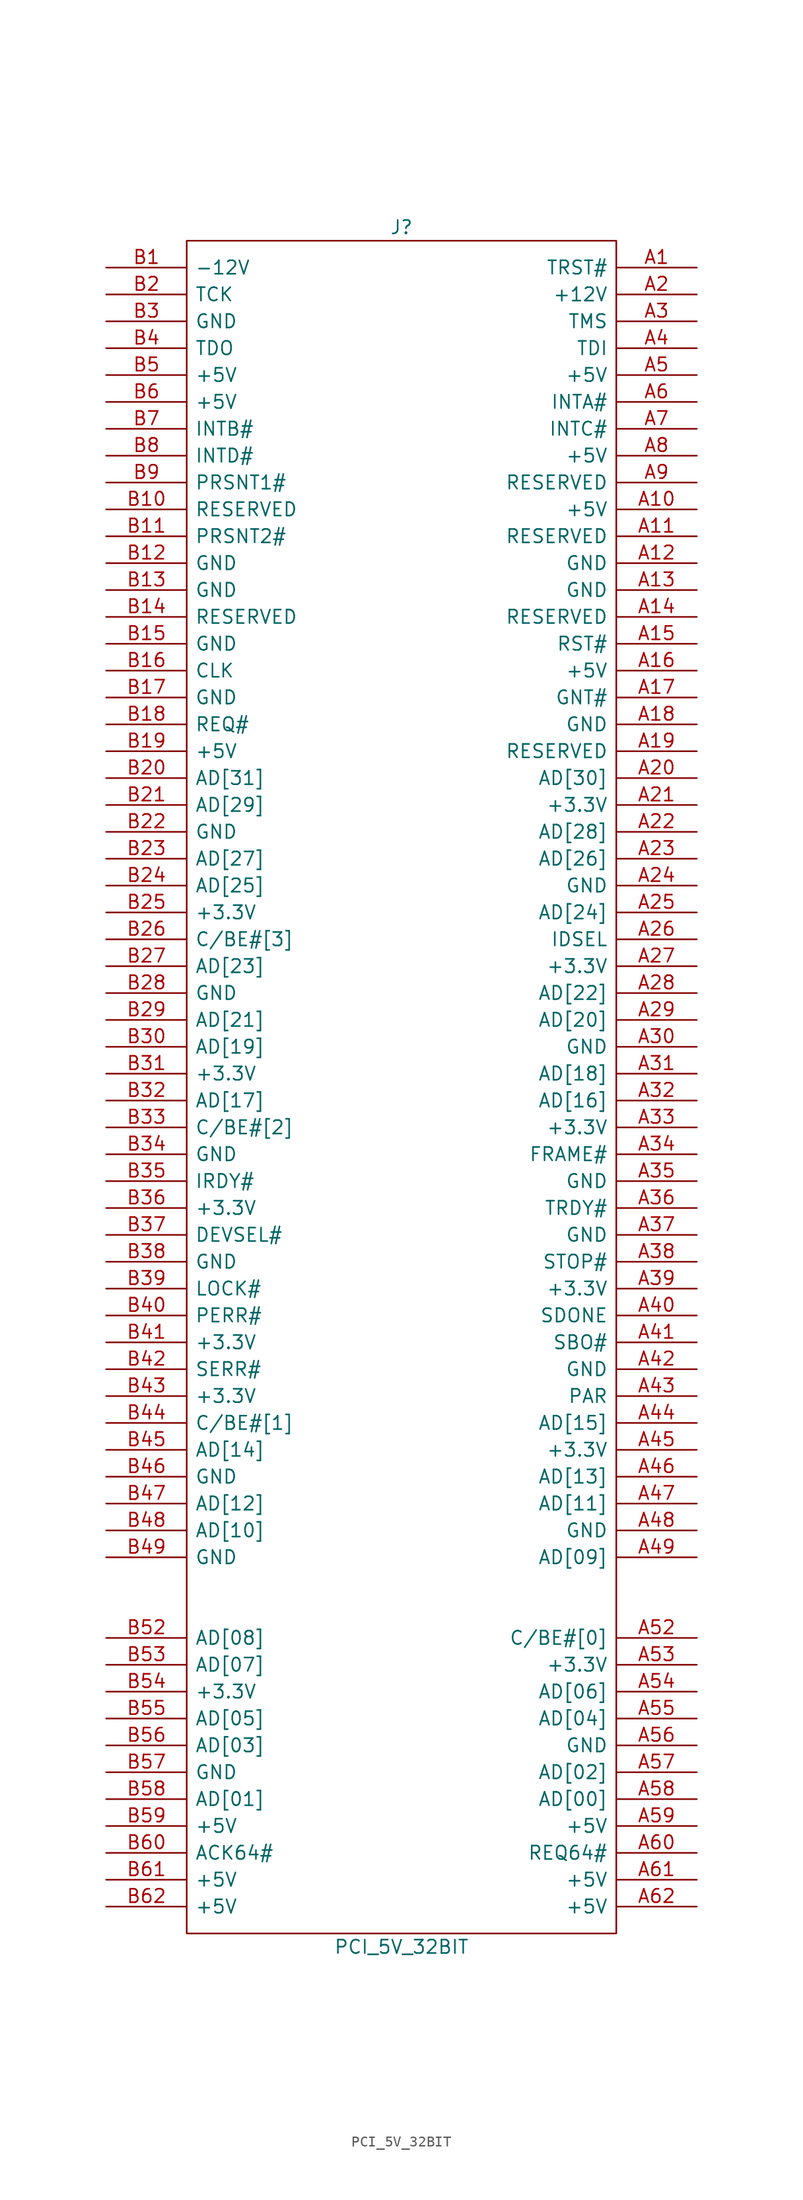
<source format=kicad_sym>
(kicad_symbol_lib
  (version 20211014)
  (generator kicad_symbol_editor)
  (symbol "PCI_5V_32BIT"
    (pin_names
      (offset 0.762))
    (property "Reference" "J"
      (at 0 81.28 0)
      (effects (font (size 1.27 1.27))))
    (property "Value" "PCI_5V_32BIT"
      (at 0 -81.28 0)
      (effects (font (size 1.27 1.27))))
    (property "Footprint" ""
      (at 0 0 0)
      (effects (font (size 1.27 1.27))))
    (property "Datasheet" ""
      (at 0 0 0)
      (effects (font (size 1.27 1.27))))
    (symbol "PCI_5V_32BIT_0_1"
      (rectangle (start -20.32 -80.01) (end 20.32 80.01) (stroke (width 0) (type default) (color 0 0 0 0)) (fill (type none))))
    (symbol "PCI_5V_32BIT_1_1"
      (pin output line (at 27.94 77.47 180) (length 7.62) (name "TRST#" (effects (font (size 1.27 1.27)))) (number "A1" (effects (font (size 1.27 1.27)))))
      (pin power_in line (at 27.94 54.61 180) (length 7.62) (name "+5V" (effects (font (size 1.27 1.27)))) (number "A10" (effects (font (size 1.27 1.27)))))
      (pin passive line (at 27.94 52.07 180) (length 7.62) (name "RESERVED" (effects (font (size 1.27 1.27)))) (number "A11" (effects (font (size 1.27 1.27)))))
      (pin power_in line (at 27.94 49.53 180) (length 7.62) (name "GND" (effects (font (size 1.27 1.27)))) (number "A12" (effects (font (size 1.27 1.27)))))
      (pin power_in line (at 27.94 46.99 180) (length 7.62) (name "GND" (effects (font (size 1.27 1.27)))) (number "A13" (effects (font (size 1.27 1.27)))))
      (pin passive line (at 27.94 44.45 180) (length 7.62) (name "RESERVED" (effects (font (size 1.27 1.27)))) (number "A14" (effects (font (size 1.27 1.27)))))
      (pin output line (at 27.94 41.91 180) (length 7.62) (name "RST#" (effects (font (size 1.27 1.27)))) (number "A15" (effects (font (size 1.27 1.27)))))
      (pin power_in line (at 27.94 39.37 180) (length 7.62) (name "+5V" (effects (font (size 1.27 1.27)))) (number "A16" (effects (font (size 1.27 1.27)))))
      (pin bidirectional line (at 27.94 36.83 180) (length 7.62) (name "GNT#" (effects (font (size 1.27 1.27)))) (number "A17" (effects (font (size 1.27 1.27)))))
      (pin power_in line (at 27.94 34.29 180) (length 7.62) (name "GND" (effects (font (size 1.27 1.27)))) (number "A18" (effects (font (size 1.27 1.27)))))
      (pin passive line (at 27.94 31.75 180) (length 7.62) (name "RESERVED" (effects (font (size 1.27 1.27)))) (number "A19" (effects (font (size 1.27 1.27)))))
      (pin power_in line (at 27.94 74.93 180) (length 7.62) (name "+12V" (effects (font (size 1.27 1.27)))) (number "A2" (effects (font (size 1.27 1.27)))))
      (pin bidirectional line (at 27.94 29.21 180) (length 7.62) (name "AD[30]" (effects (font (size 1.27 1.27)))) (number "A20" (effects (font (size 1.27 1.27)))))
      (pin power_in line (at 27.94 26.67 180) (length 7.62) (name "+3.3V" (effects (font (size 1.27 1.27)))) (number "A21" (effects (font (size 1.27 1.27)))))
      (pin bidirectional line (at 27.94 24.13 180) (length 7.62) (name "AD[28]" (effects (font (size 1.27 1.27)))) (number "A22" (effects (font (size 1.27 1.27)))))
      (pin bidirectional line (at 27.94 21.59 180) (length 7.62) (name "AD[26]" (effects (font (size 1.27 1.27)))) (number "A23" (effects (font (size 1.27 1.27)))))
      (pin power_in line (at 27.94 19.05 180) (length 7.62) (name "GND" (effects (font (size 1.27 1.27)))) (number "A24" (effects (font (size 1.27 1.27)))))
      (pin bidirectional line (at 27.94 16.51 180) (length 7.62) (name "AD[24]" (effects (font (size 1.27 1.27)))) (number "A25" (effects (font (size 1.27 1.27)))))
      (pin output line (at 27.94 13.97 180) (length 7.62) (name "IDSEL" (effects (font (size 1.27 1.27)))) (number "A26" (effects (font (size 1.27 1.27)))))
      (pin power_in line (at 27.94 11.43 180) (length 7.62) (name "+3.3V" (effects (font (size 1.27 1.27)))) (number "A27" (effects (font (size 1.27 1.27)))))
      (pin bidirectional line (at 27.94 8.89 180) (length 7.62) (name "AD[22]" (effects (font (size 1.27 1.27)))) (number "A28" (effects (font (size 1.27 1.27)))))
      (pin bidirectional line (at 27.94 6.35 180) (length 7.62) (name "AD[20]" (effects (font (size 1.27 1.27)))) (number "A29" (effects (font (size 1.27 1.27)))))
      (pin output line (at 27.94 72.39 180) (length 7.62) (name "TMS" (effects (font (size 1.27 1.27)))) (number "A3" (effects (font (size 1.27 1.27)))))
      (pin power_in line (at 27.94 3.81 180) (length 7.62) (name "GND" (effects (font (size 1.27 1.27)))) (number "A30" (effects (font (size 1.27 1.27)))))
      (pin bidirectional line (at 27.94 1.27 180) (length 7.62) (name "AD[18]" (effects (font (size 1.27 1.27)))) (number "A31" (effects (font (size 1.27 1.27)))))
      (pin bidirectional line (at 27.94 -1.27 180) (length 7.62) (name "AD[16]" (effects (font (size 1.27 1.27)))) (number "A32" (effects (font (size 1.27 1.27)))))
      (pin power_in line (at 27.94 -3.81 180) (length 7.62) (name "+3.3V" (effects (font (size 1.27 1.27)))) (number "A33" (effects (font (size 1.27 1.27)))))
      (pin bidirectional line (at 27.94 -6.35 180) (length 7.62) (name "FRAME#" (effects (font (size 1.27 1.27)))) (number "A34" (effects (font (size 1.27 1.27)))))
      (pin power_in line (at 27.94 -8.89 180) (length 7.62) (name "GND" (effects (font (size 1.27 1.27)))) (number "A35" (effects (font (size 1.27 1.27)))))
      (pin bidirectional line (at 27.94 -11.43 180) (length 7.62) (name "TRDY#" (effects (font (size 1.27 1.27)))) (number "A36" (effects (font (size 1.27 1.27)))))
      (pin power_in line (at 27.94 -13.97 180) (length 7.62) (name "GND" (effects (font (size 1.27 1.27)))) (number "A37" (effects (font (size 1.27 1.27)))))
      (pin bidirectional line (at 27.94 -16.51 180) (length 7.62) (name "STOP#" (effects (font (size 1.27 1.27)))) (number "A38" (effects (font (size 1.27 1.27)))))
      (pin power_in line (at 27.94 -19.05 180) (length 7.62) (name "+3.3V" (effects (font (size 1.27 1.27)))) (number "A39" (effects (font (size 1.27 1.27)))))
      (pin output line (at 27.94 69.85 180) (length 7.62) (name "TDI" (effects (font (size 1.27 1.27)))) (number "A4" (effects (font (size 1.27 1.27)))))
      (pin bidirectional line (at 27.94 -21.59 180) (length 7.62) (name "SDONE" (effects (font (size 1.27 1.27)))) (number "A40" (effects (font (size 1.27 1.27)))))
      (pin bidirectional line (at 27.94 -24.13 180) (length 7.62) (name "SBO#" (effects (font (size 1.27 1.27)))) (number "A41" (effects (font (size 1.27 1.27)))))
      (pin power_in line (at 27.94 -26.67 180) (length 7.62) (name "GND" (effects (font (size 1.27 1.27)))) (number "A42" (effects (font (size 1.27 1.27)))))
      (pin bidirectional line (at 27.94 -29.21 180) (length 7.62) (name "PAR" (effects (font (size 1.27 1.27)))) (number "A43" (effects (font (size 1.27 1.27)))))
      (pin bidirectional line (at 27.94 -31.75 180) (length 7.62) (name "AD[15]" (effects (font (size 1.27 1.27)))) (number "A44" (effects (font (size 1.27 1.27)))))
      (pin power_in line (at 27.94 -34.29 180) (length 7.62) (name "+3.3V" (effects (font (size 1.27 1.27)))) (number "A45" (effects (font (size 1.27 1.27)))))
      (pin bidirectional line (at 27.94 -36.83 180) (length 7.62) (name "AD[13]" (effects (font (size 1.27 1.27)))) (number "A46" (effects (font (size 1.27 1.27)))))
      (pin bidirectional line (at 27.94 -39.37 180) (length 7.62) (name "AD[11]" (effects (font (size 1.27 1.27)))) (number "A47" (effects (font (size 1.27 1.27)))))
      (pin power_in line (at 27.94 -41.91 180) (length 7.62) (name "GND" (effects (font (size 1.27 1.27)))) (number "A48" (effects (font (size 1.27 1.27)))))
      (pin bidirectional line (at 27.94 -44.45 180) (length 7.62) (name "AD[09]" (effects (font (size 1.27 1.27)))) (number "A49" (effects (font (size 1.27 1.27)))))
      (pin power_in line (at 27.94 67.31 180) (length 7.62) (name "+5V" (effects (font (size 1.27 1.27)))) (number "A5" (effects (font (size 1.27 1.27)))))
      (pin bidirectional line (at 27.94 -52.07 180) (length 7.62) (name "C/BE#[0]" (effects (font (size 1.27 1.27)))) (number "A52" (effects (font (size 1.27 1.27)))))
      (pin power_in line (at 27.94 -54.61 180) (length 7.62) (name "+3.3V" (effects (font (size 1.27 1.27)))) (number "A53" (effects (font (size 1.27 1.27)))))
      (pin bidirectional line (at 27.94 -57.15 180) (length 7.62) (name "AD[06]" (effects (font (size 1.27 1.27)))) (number "A54" (effects (font (size 1.27 1.27)))))
      (pin bidirectional line (at 27.94 -59.69 180) (length 7.62) (name "AD[04]" (effects (font (size 1.27 1.27)))) (number "A55" (effects (font (size 1.27 1.27)))))
      (pin power_in line (at 27.94 -62.23 180) (length 7.62) (name "GND" (effects (font (size 1.27 1.27)))) (number "A56" (effects (font (size 1.27 1.27)))))
      (pin bidirectional line (at 27.94 -64.77 180) (length 7.62) (name "AD[02]" (effects (font (size 1.27 1.27)))) (number "A57" (effects (font (size 1.27 1.27)))))
      (pin bidirectional line (at 27.94 -67.31 180) (length 7.62) (name "AD[00]" (effects (font (size 1.27 1.27)))) (number "A58" (effects (font (size 1.27 1.27)))))
      (pin power_in line (at 27.94 -69.85 180) (length 7.62) (name "+5V" (effects (font (size 1.27 1.27)))) (number "A59" (effects (font (size 1.27 1.27)))))
      (pin input line (at 27.94 64.77 180) (length 7.62) (name "INTA#" (effects (font (size 1.27 1.27)))) (number "A6" (effects (font (size 1.27 1.27)))))
      (pin bidirectional line (at 27.94 -72.39 180) (length 7.62) (name "REQ64#" (effects (font (size 1.27 1.27)))) (number "A60" (effects (font (size 1.27 1.27)))))
      (pin power_in line (at 27.94 -74.93 180) (length 7.62) (name "+5V" (effects (font (size 1.27 1.27)))) (number "A61" (effects (font (size 1.27 1.27)))))
      (pin power_in line (at 27.94 -77.47 180) (length 7.62) (name "+5V" (effects (font (size 1.27 1.27)))) (number "A62" (effects (font (size 1.27 1.27)))))
      (pin input line (at 27.94 62.23 180) (length 7.62) (name "INTC#" (effects (font (size 1.27 1.27)))) (number "A7" (effects (font (size 1.27 1.27)))))
      (pin power_in line (at 27.94 59.69 180) (length 7.62) (name "+5V" (effects (font (size 1.27 1.27)))) (number "A8" (effects (font (size 1.27 1.27)))))
      (pin passive line (at 27.94 57.15 180) (length 7.62) (name "RESERVED" (effects (font (size 1.27 1.27)))) (number "A9" (effects (font (size 1.27 1.27)))))
      (pin power_in line (at -27.94 77.47 0) (length 7.62) (name "-12V" (effects (font (size 1.27 1.27)))) (number "B1" (effects (font (size 1.27 1.27)))))
      (pin passive line (at -27.94 54.61 0) (length 7.62) (name "RESERVED" (effects (font (size 1.27 1.27)))) (number "B10" (effects (font (size 1.27 1.27)))))
      (pin input line (at -27.94 52.07 0) (length 7.62) (name "PRSNT2#" (effects (font (size 1.27 1.27)))) (number "B11" (effects (font (size 1.27 1.27)))))
      (pin power_in line (at -27.94 49.53 0) (length 7.62) (name "GND" (effects (font (size 1.27 1.27)))) (number "B12" (effects (font (size 1.27 1.27)))))
      (pin power_in line (at -27.94 46.99 0) (length 7.62) (name "GND" (effects (font (size 1.27 1.27)))) (number "B13" (effects (font (size 1.27 1.27)))))
      (pin passive line (at -27.94 44.45 0) (length 7.62) (name "RESERVED" (effects (font (size 1.27 1.27)))) (number "B14" (effects (font (size 1.27 1.27)))))
      (pin power_in line (at -27.94 41.91 0) (length 7.62) (name "GND" (effects (font (size 1.27 1.27)))) (number "B15" (effects (font (size 1.27 1.27)))))
      (pin output line (at -27.94 39.37 0) (length 7.62) (name "CLK" (effects (font (size 1.27 1.27)))) (number "B16" (effects (font (size 1.27 1.27)))))
      (pin power_in line (at -27.94 36.83 0) (length 7.62) (name "GND" (effects (font (size 1.27 1.27)))) (number "B17" (effects (font (size 1.27 1.27)))))
      (pin bidirectional line (at -27.94 34.29 0) (length 7.62) (name "REQ#" (effects (font (size 1.27 1.27)))) (number "B18" (effects (font (size 1.27 1.27)))))
      (pin power_in line (at -27.94 31.75 0) (length 7.62) (name "+5V" (effects (font (size 1.27 1.27)))) (number "B19" (effects (font (size 1.27 1.27)))))
      (pin output line (at -27.94 74.93 0) (length 7.62) (name "TCK" (effects (font (size 1.27 1.27)))) (number "B2" (effects (font (size 1.27 1.27)))))
      (pin bidirectional line (at -27.94 29.21 0) (length 7.62) (name "AD[31]" (effects (font (size 1.27 1.27)))) (number "B20" (effects (font (size 1.27 1.27)))))
      (pin bidirectional line (at -27.94 26.67 0) (length 7.62) (name "AD[29]" (effects (font (size 1.27 1.27)))) (number "B21" (effects (font (size 1.27 1.27)))))
      (pin power_in line (at -27.94 24.13 0) (length 7.62) (name "GND" (effects (font (size 1.27 1.27)))) (number "B22" (effects (font (size 1.27 1.27)))))
      (pin bidirectional line (at -27.94 21.59 0) (length 7.62) (name "AD[27]" (effects (font (size 1.27 1.27)))) (number "B23" (effects (font (size 1.27 1.27)))))
      (pin bidirectional line (at -27.94 19.05 0) (length 7.62) (name "AD[25]" (effects (font (size 1.27 1.27)))) (number "B24" (effects (font (size 1.27 1.27)))))
      (pin power_in line (at -27.94 16.51 0) (length 7.62) (name "+3.3V" (effects (font (size 1.27 1.27)))) (number "B25" (effects (font (size 1.27 1.27)))))
      (pin bidirectional line (at -27.94 13.97 0) (length 7.62) (name "C/BE#[3]" (effects (font (size 1.27 1.27)))) (number "B26" (effects (font (size 1.27 1.27)))))
      (pin bidirectional line (at -27.94 11.43 0) (length 7.62) (name "AD[23]" (effects (font (size 1.27 1.27)))) (number "B27" (effects (font (size 1.27 1.27)))))
      (pin power_in line (at -27.94 8.89 0) (length 7.62) (name "GND" (effects (font (size 1.27 1.27)))) (number "B28" (effects (font (size 1.27 1.27)))))
      (pin bidirectional line (at -27.94 6.35 0) (length 7.62) (name "AD[21]" (effects (font (size 1.27 1.27)))) (number "B29" (effects (font (size 1.27 1.27)))))
      (pin input line (at -27.94 72.39 0) (length 7.62) (name "GND" (effects (font (size 1.27 1.27)))) (number "B3" (effects (font (size 1.27 1.27)))))
      (pin bidirectional line (at -27.94 3.81 0) (length 7.62) (name "AD[19]" (effects (font (size 1.27 1.27)))) (number "B30" (effects (font (size 1.27 1.27)))))
      (pin power_in line (at -27.94 1.27 0) (length 7.62) (name "+3.3V" (effects (font (size 1.27 1.27)))) (number "B31" (effects (font (size 1.27 1.27)))))
      (pin bidirectional line (at -27.94 -1.27 0) (length 7.62) (name "AD[17]" (effects (font (size 1.27 1.27)))) (number "B32" (effects (font (size 1.27 1.27)))))
      (pin bidirectional line (at -27.94 -3.81 0) (length 7.62) (name "C/BE#[2]" (effects (font (size 1.27 1.27)))) (number "B33" (effects (font (size 1.27 1.27)))))
      (pin power_in line (at -27.94 -6.35 0) (length 7.62) (name "GND" (effects (font (size 1.27 1.27)))) (number "B34" (effects (font (size 1.27 1.27)))))
      (pin bidirectional line (at -27.94 -8.89 0) (length 7.62) (name "IRDY#" (effects (font (size 1.27 1.27)))) (number "B35" (effects (font (size 1.27 1.27)))))
      (pin power_in line (at -27.94 -11.43 0) (length 7.62) (name "+3.3V" (effects (font (size 1.27 1.27)))) (number "B36" (effects (font (size 1.27 1.27)))))
      (pin bidirectional line (at -27.94 -13.97 0) (length 7.62) (name "DEVSEL#" (effects (font (size 1.27 1.27)))) (number "B37" (effects (font (size 1.27 1.27)))))
      (pin power_in line (at -27.94 -16.51 0) (length 7.62) (name "GND" (effects (font (size 1.27 1.27)))) (number "B38" (effects (font (size 1.27 1.27)))))
      (pin bidirectional line (at -27.94 -19.05 0) (length 7.62) (name "LOCK#" (effects (font (size 1.27 1.27)))) (number "B39" (effects (font (size 1.27 1.27)))))
      (pin input line (at -27.94 69.85 0) (length 7.62) (name "TDO" (effects (font (size 1.27 1.27)))) (number "B4" (effects (font (size 1.27 1.27)))))
      (pin bidirectional line (at -27.94 -21.59 0) (length 7.62) (name "PERR#" (effects (font (size 1.27 1.27)))) (number "B40" (effects (font (size 1.27 1.27)))))
      (pin power_in line (at -27.94 -24.13 0) (length 7.62) (name "+3.3V" (effects (font (size 1.27 1.27)))) (number "B41" (effects (font (size 1.27 1.27)))))
      (pin input line (at -27.94 -26.67 0) (length 7.62) (name "SERR#" (effects (font (size 1.27 1.27)))) (number "B42" (effects (font (size 1.27 1.27)))))
      (pin power_in line (at -27.94 -29.21 0) (length 7.62) (name "+3.3V" (effects (font (size 1.27 1.27)))) (number "B43" (effects (font (size 1.27 1.27)))))
      (pin bidirectional line (at -27.94 -31.75 0) (length 7.62) (name "C/BE#[1]" (effects (font (size 1.27 1.27)))) (number "B44" (effects (font (size 1.27 1.27)))))
      (pin bidirectional line (at -27.94 -34.29 0) (length 7.62) (name "AD[14]" (effects (font (size 1.27 1.27)))) (number "B45" (effects (font (size 1.27 1.27)))))
      (pin power_in line (at -27.94 -36.83 0) (length 7.62) (name "GND" (effects (font (size 1.27 1.27)))) (number "B46" (effects (font (size 1.27 1.27)))))
      (pin bidirectional line (at -27.94 -39.37 0) (length 7.62) (name "AD[12]" (effects (font (size 1.27 1.27)))) (number "B47" (effects (font (size 1.27 1.27)))))
      (pin bidirectional line (at -27.94 -41.91 0) (length 7.62) (name "AD[10]" (effects (font (size 1.27 1.27)))) (number "B48" (effects (font (size 1.27 1.27)))))
      (pin power_in line (at -27.94 -44.45 0) (length 7.62) (name "GND" (effects (font (size 1.27 1.27)))) (number "B49" (effects (font (size 1.27 1.27)))))
      (pin power_in line (at -27.94 67.31 0) (length 7.62) (name "+5V" (effects (font (size 1.27 1.27)))) (number "B5" (effects (font (size 1.27 1.27)))))
      (pin bidirectional line (at -27.94 -52.07 0) (length 7.62) (name "AD[08]" (effects (font (size 1.27 1.27)))) (number "B52" (effects (font (size 1.27 1.27)))))
      (pin bidirectional line (at -27.94 -54.61 0) (length 7.62) (name "AD[07]" (effects (font (size 1.27 1.27)))) (number "B53" (effects (font (size 1.27 1.27)))))
      (pin input line (at -27.94 -57.15 0) (length 7.62) (name "+3.3V" (effects (font (size 1.27 1.27)))) (number "B54" (effects (font (size 1.27 1.27)))))
      (pin bidirectional line (at -27.94 -59.69 0) (length 7.62) (name "AD[05]" (effects (font (size 1.27 1.27)))) (number "B55" (effects (font (size 1.27 1.27)))))
      (pin bidirectional line (at -27.94 -62.23 0) (length 7.62) (name "AD[03]" (effects (font (size 1.27 1.27)))) (number "B56" (effects (font (size 1.27 1.27)))))
      (pin power_in line (at -27.94 -64.77 0) (length 7.62) (name "GND" (effects (font (size 1.27 1.27)))) (number "B57" (effects (font (size 1.27 1.27)))))
      (pin bidirectional line (at -27.94 -67.31 0) (length 7.62) (name "AD[01]" (effects (font (size 1.27 1.27)))) (number "B58" (effects (font (size 1.27 1.27)))))
      (pin power_in line (at -27.94 -69.85 0) (length 7.62) (name "+5V" (effects (font (size 1.27 1.27)))) (number "B59" (effects (font (size 1.27 1.27)))))
      (pin power_in line (at -27.94 64.77 0) (length 7.62) (name "+5V" (effects (font (size 1.27 1.27)))) (number "B6" (effects (font (size 1.27 1.27)))))
      (pin bidirectional line (at -27.94 -72.39 0) (length 7.62) (name "ACK64#" (effects (font (size 1.27 1.27)))) (number "B60" (effects (font (size 1.27 1.27)))))
      (pin power_in line (at -27.94 -74.93 0) (length 7.62) (name "+5V" (effects (font (size 1.27 1.27)))) (number "B61" (effects (font (size 1.27 1.27)))))
      (pin power_in line (at -27.94 -77.47 0) (length 7.62) (name "+5V" (effects (font (size 1.27 1.27)))) (number "B62" (effects (font (size 1.27 1.27)))))
      (pin input line (at -27.94 62.23 0) (length 7.62) (name "INTB#" (effects (font (size 1.27 1.27)))) (number "B7" (effects (font (size 1.27 1.27)))))
      (pin input line (at -27.94 59.69 0) (length 7.62) (name "INTD#" (effects (font (size 1.27 1.27)))) (number "B8" (effects (font (size 1.27 1.27)))))
      (pin input line (at -27.94 57.15 0) (length 7.62) (name "PRSNT1#" (effects (font (size 1.27 1.27)))) (number "B9" (effects (font (size 1.27 1.27))))))))
</source>
